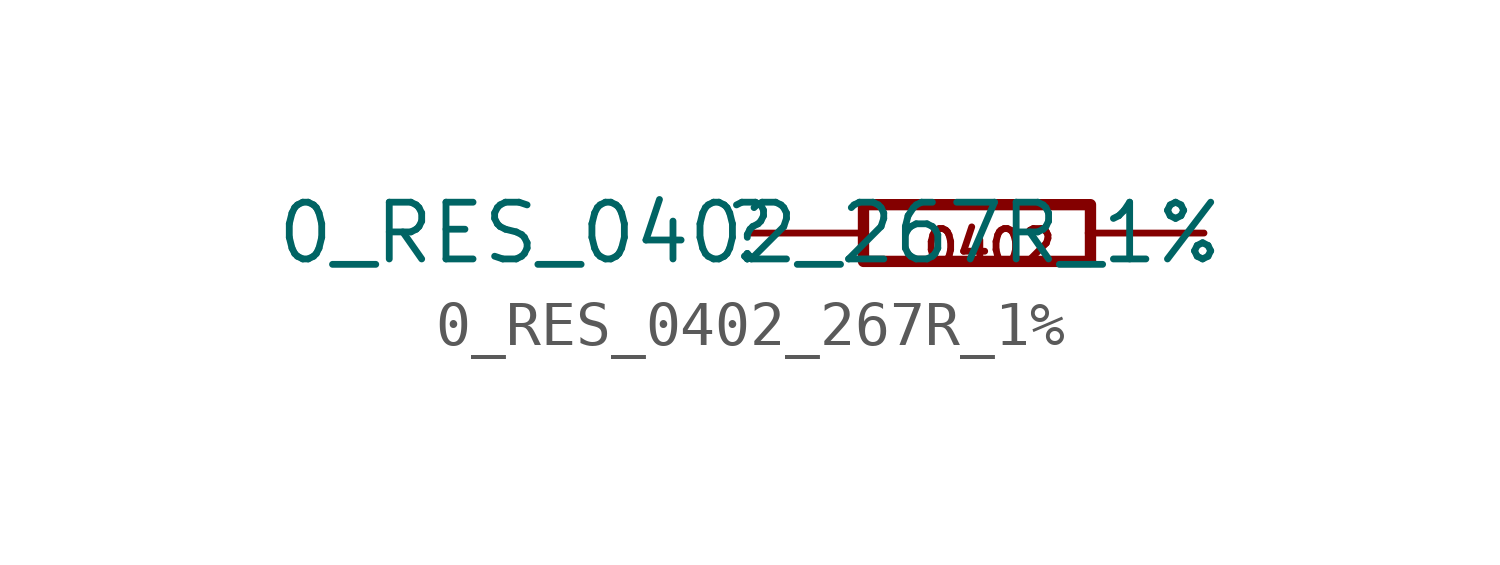
<source format=kicad_sym>
(kicad_symbol_lib
  (version 20211014)
  (generator kicad_symbol_editor)
  (symbol "0_RES_0402_267R_1%"
    (property "Reference" ""
      (at 0 0 0)
      (effects (font (size 1.27 1.27))))
    (property "Value" "0_RES_0402_267R_1%"
      (at 0 0 0)
      (effects (font (size 1.27 1.27))))
    (symbol "0_RES_0402_267R_1%_1_0"
      (polyline (pts (xy 7.62 -0.635) (xy 7.62 0)) (stroke (width 0.254) (type default) (color 0 0 0 0)) (fill (type none)))
      (polyline (pts (xy 7.62 0) (xy 7.62 0.635) (xy 2.54 0.635) (xy 2.54 -0.635) (xy 7.62 -0.635)) (stroke (width 0.254) (type default) (color 0 0 0 0)) (fill (type none)))
      (text "0402" (at 3.81 -0.762 0) (effects (font (size 0.762 0.762)) (justify left bottom)))
      (pin passive line (at 0 0 0) (length 2.54) (name "1" (effects (font (size 0 0)))) (number "1" (effects (font (size 0 0)))))
      (pin passive line (at 10.16 0 180) (length 2.54) (name "2" (effects (font (size 0 0)))) (number "2" (effects (font (size 0 0))))))))
</source>
